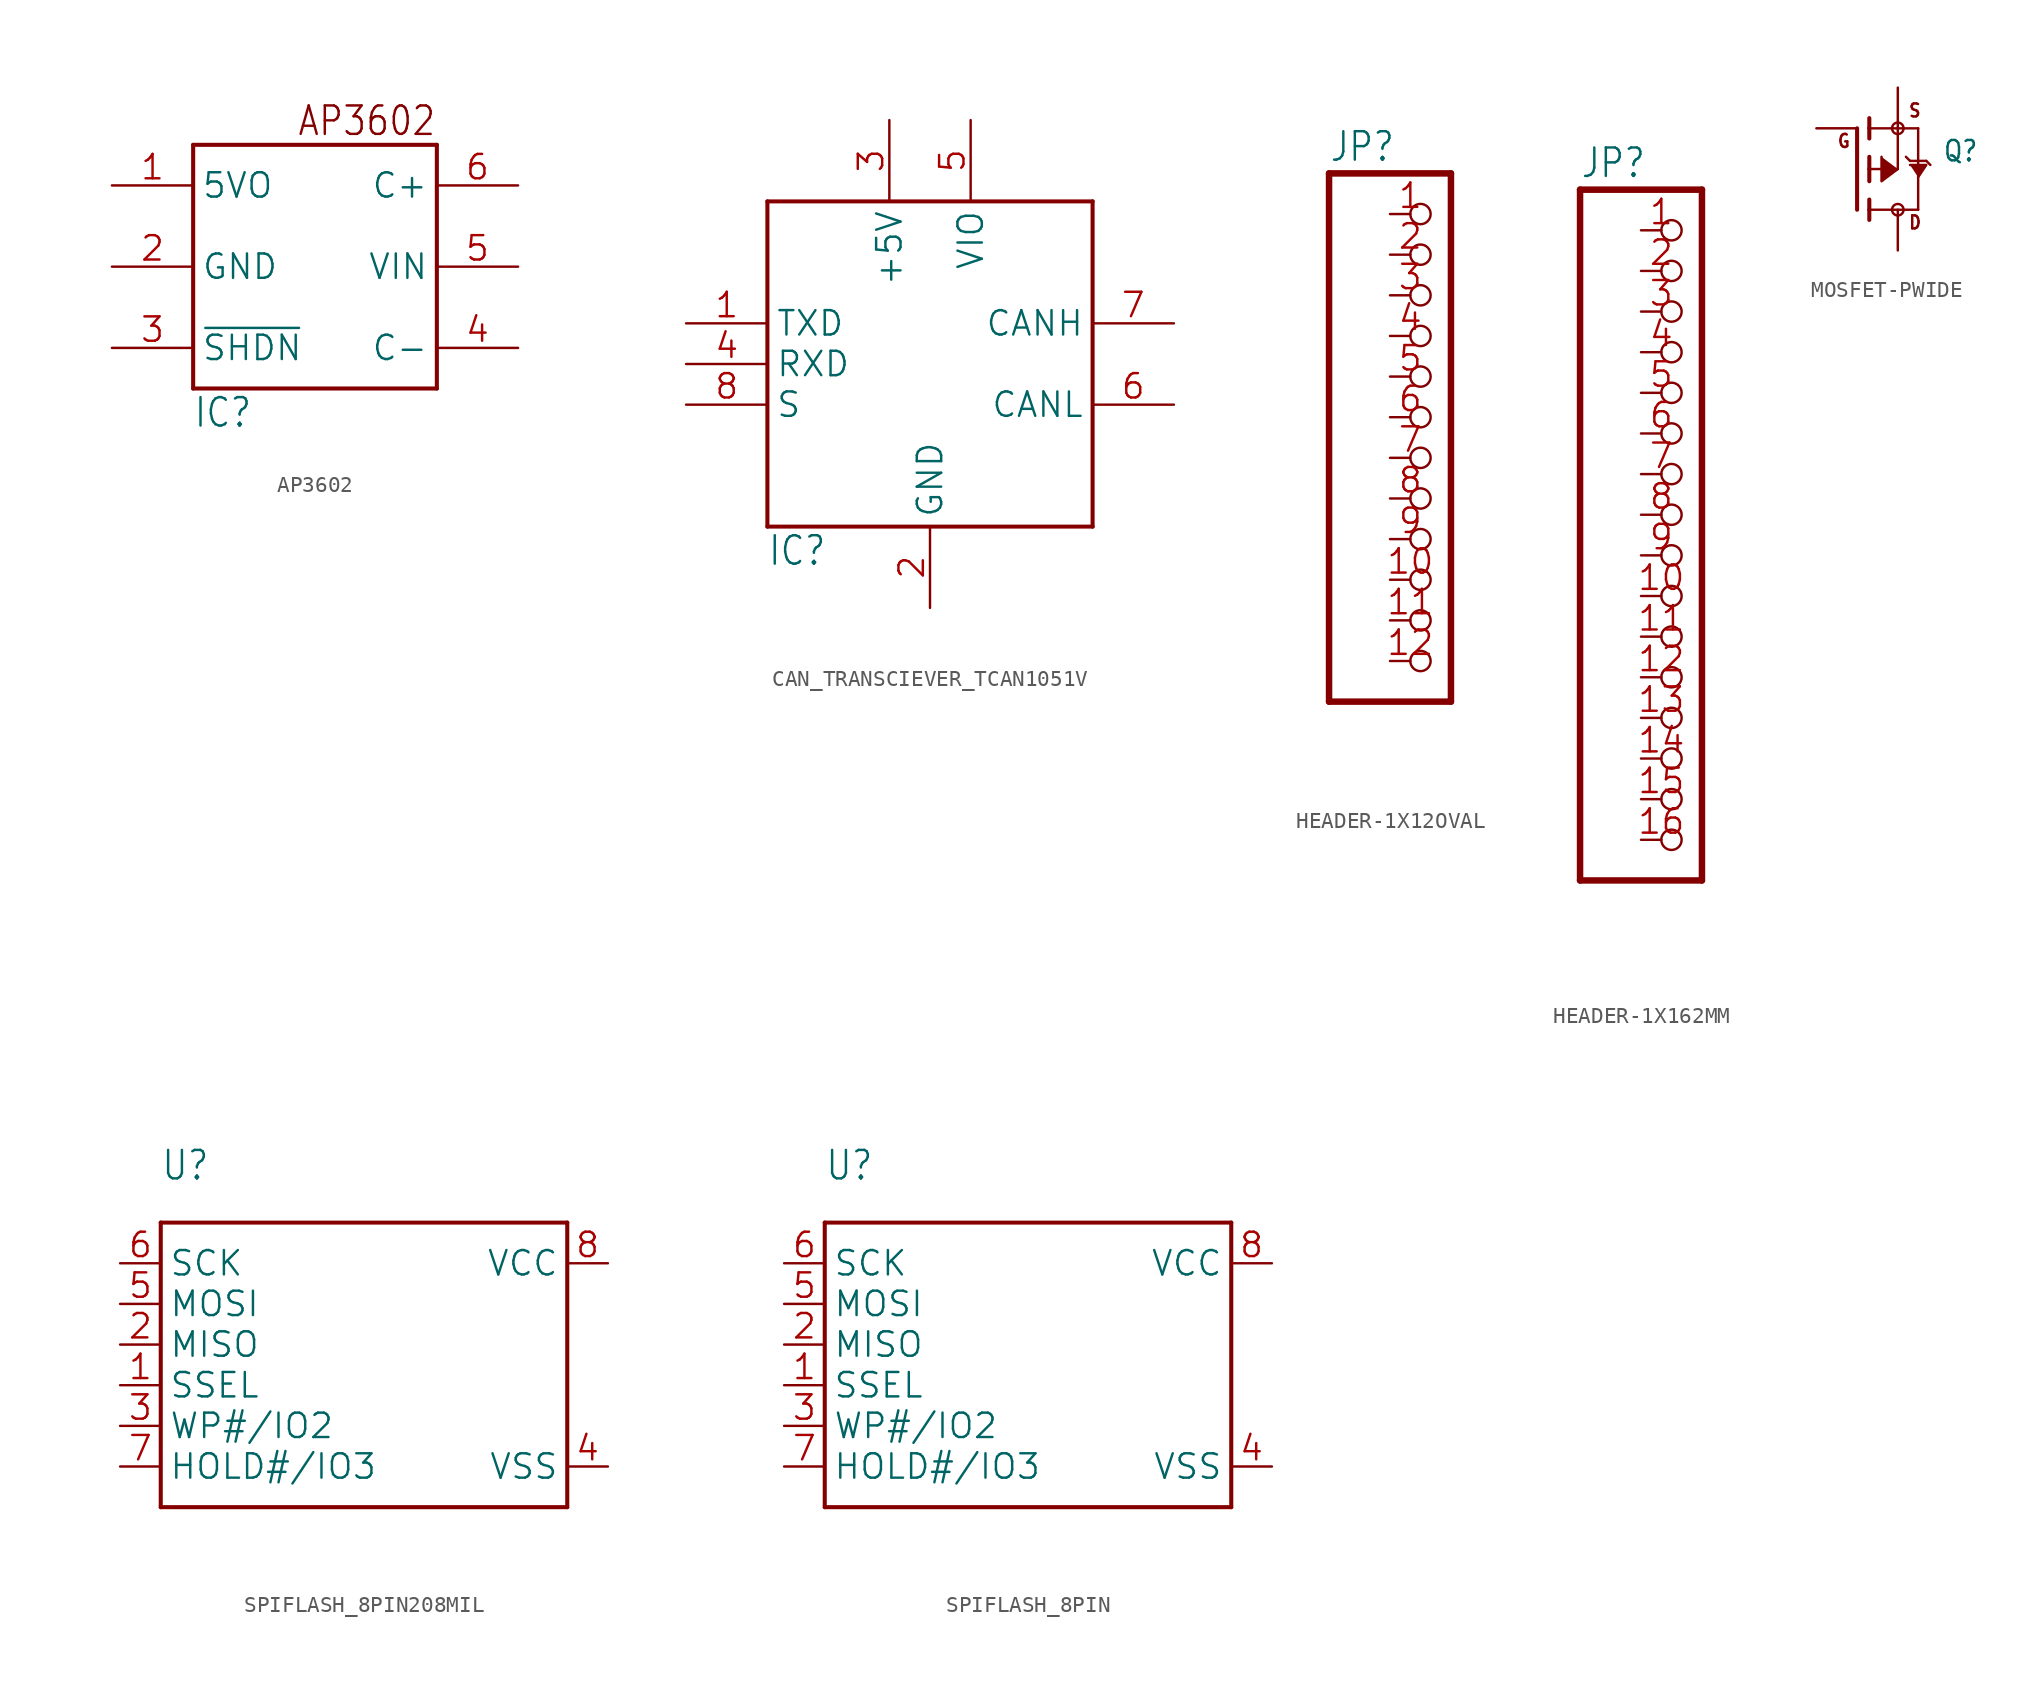
<source format=kicad_sym>
(kicad_symbol_lib
  (version 20241209)
  (generator "kicad_symbol_editor")
  (generator_version "9.0")
  (symbol "AP3602"
    (property "Reference" "IC"
      (at -7.62 -10.16 0)
      (effects (font (size 1.778 1.511)) (justify left bottom)))
    (property "ki_locked" ""
      (at 0 0 0)
      (effects (font (size 1.27 1.27))))
    (symbol "AP3602_1_0"
      (polyline (pts (xy -7.62 7.62) (xy 7.62 7.62)) (stroke (width 0.254) (type solid)) (fill (type none)))
      (polyline (pts (xy -7.62 -7.62) (xy -7.62 7.62)) (stroke (width 0.254) (type solid)) (fill (type none)))
      (polyline (pts (xy 7.62 7.62) (xy 7.62 -7.62)) (stroke (width 0.254) (type solid)) (fill (type none)))
      (polyline (pts (xy 7.62 -7.62) (xy -7.62 -7.62)) (stroke (width 0.254) (type solid)) (fill (type none)))
      (text "AP3602" (at 7.62 10.16 0) (effects (font (size 1.778 1.511)) (justify right top)))
      (pin power_in line (at -12.7 5.08 0) (length 5.08) (name "5VO" (effects (font (size 1.524 1.524)))) (number "1" (effects (font (size 1.524 1.524)))))
      (pin power_in line (at -12.7 0 0) (length 5.08) (name "GND" (effects (font (size 1.524 1.524)))) (number "2" (effects (font (size 1.524 1.524)))))
      (pin input line (at -12.7 -5.08 0) (length 5.08) (name "~{SHDN}" (effects (font (size 1.524 1.524)))) (number "3" (effects (font (size 1.524 1.524)))))
      (pin bidirectional line (at 12.7 5.08 180) (length 5.08) (name "C+" (effects (font (size 1.524 1.524)))) (number "6" (effects (font (size 1.524 1.524)))))
      (pin power_in line (at 12.7 0 180) (length 5.08) (name "VIN" (effects (font (size 1.524 1.524)))) (number "5" (effects (font (size 1.524 1.524)))))
      (pin bidirectional line (at 12.7 -5.08 180) (length 5.08) (name "C-" (effects (font (size 1.524 1.524)))) (number "4" (effects (font (size 1.524 1.524)))))))
  (symbol "CAN_TRANSCIEVER_TCAN1051V"
    (property "Reference" "IC"
      (at -10.16 -12.7 0)
      (effects (font (size 1.778 1.511)) (justify left bottom)))
    (property "Value" ""
      (at 2.54 -12.7 0)
      (effects (font (size 1.778 1.511)) (justify left bottom)))
    (property "ki_locked" ""
      (at 0 0 0)
      (effects (font (size 1.27 1.27))))
    (symbol "CAN_TRANSCIEVER_TCAN1051V_1_0"
      (polyline (pts (xy -10.16 10.16) (xy 10.16 10.16)) (stroke (width 0.254) (type solid)) (fill (type none)))
      (polyline (pts (xy -10.16 -10.16) (xy -10.16 10.16)) (stroke (width 0.254) (type solid)) (fill (type none)))
      (polyline (pts (xy 10.16 10.16) (xy 10.16 -10.16)) (stroke (width 0.254) (type solid)) (fill (type none)))
      (polyline (pts (xy 10.16 -10.16) (xy -10.16 -10.16)) (stroke (width 0.254) (type solid)) (fill (type none)))
      (pin input line (at -15.24 2.54 0) (length 5.08) (name "TXD" (effects (font (size 1.524 1.524)))) (number "1" (effects (font (size 1.524 1.524)))))
      (pin output line (at -15.24 0 0) (length 5.08) (name "RXD" (effects (font (size 1.524 1.524)))) (number "4" (effects (font (size 1.524 1.524)))))
      (pin input line (at -15.24 -2.54 0) (length 5.08) (name "S" (effects (font (size 1.524 1.524)))) (number "8" (effects (font (size 1.524 1.524)))))
      (pin power_in line (at -2.54 15.24 270) (length 5.08) (name "+5V" (effects (font (size 1.524 1.524)))) (number "3" (effects (font (size 1.524 1.524)))))
      (pin power_in line (at 0 -15.24 90) (length 5.08) (name "GND" (effects (font (size 1.524 1.524)))) (number "2" (effects (font (size 1.524 1.524)))))
      (pin power_in line (at 2.54 15.24 270) (length 5.08) (name "VIO" (effects (font (size 1.524 1.524)))) (number "5" (effects (font (size 1.524 1.524)))))
      (pin bidirectional line (at 15.24 2.54 180) (length 5.08) (name "CANH" (effects (font (size 1.524 1.524)))) (number "7" (effects (font (size 1.524 1.524)))))
      (pin bidirectional line (at 15.24 -2.54 180) (length 5.08) (name "CANL" (effects (font (size 1.524 1.524)))) (number "6" (effects (font (size 1.524 1.524)))))))
  (symbol "HEADER-1X12OVAL"
    (property "Reference" "JP"
      (at -6.35 18.415 0)
      (effects (font (size 1.778 1.511)) (justify left bottom)))
    (property "Value" ""
      (at -6.35 -17.78 0)
      (effects (font (size 1.778 1.511)) (justify left bottom)))
    (property "ki_locked" ""
      (at 0 0 0)
      (effects (font (size 1.27 1.27))))
    (symbol "HEADER-1X12OVAL_1_0"
      (polyline (pts (xy -6.35 17.78) (xy -6.35 -15.24)) (stroke (width 0.406) (type solid)) (fill (type none)))
      (polyline (pts (xy -6.35 -15.24) (xy 1.27 -15.24)) (stroke (width 0.406) (type solid)) (fill (type none)))
      (polyline (pts (xy 1.27 17.78) (xy -6.35 17.78)) (stroke (width 0.406) (type solid)) (fill (type none)))
      (polyline (pts (xy 1.27 -15.24) (xy 1.27 17.78)) (stroke (width 0.406) (type solid)) (fill (type none)))
      (pin passive inverted (at -2.54 15.24 0) (length 2.54) (name "1" (effects (font (size 0 0)))) (number "1" (effects (font (size 1.524 1.524)))))
      (pin passive inverted (at -2.54 12.7 0) (length 2.54) (name "2" (effects (font (size 0 0)))) (number "2" (effects (font (size 1.524 1.524)))))
      (pin passive inverted (at -2.54 10.16 0) (length 2.54) (name "3" (effects (font (size 0 0)))) (number "3" (effects (font (size 1.524 1.524)))))
      (pin passive inverted (at -2.54 7.62 0) (length 2.54) (name "4" (effects (font (size 0 0)))) (number "4" (effects (font (size 1.524 1.524)))))
      (pin passive inverted (at -2.54 5.08 0) (length 2.54) (name "5" (effects (font (size 0 0)))) (number "5" (effects (font (size 1.524 1.524)))))
      (pin passive inverted (at -2.54 2.54 0) (length 2.54) (name "6" (effects (font (size 0 0)))) (number "6" (effects (font (size 1.524 1.524)))))
      (pin passive inverted (at -2.54 0 0) (length 2.54) (name "7" (effects (font (size 0 0)))) (number "7" (effects (font (size 1.524 1.524)))))
      (pin passive inverted (at -2.54 -2.54 0) (length 2.54) (name "8" (effects (font (size 0 0)))) (number "8" (effects (font (size 1.524 1.524)))))
      (pin passive inverted (at -2.54 -5.08 0) (length 2.54) (name "9" (effects (font (size 0 0)))) (number "9" (effects (font (size 1.524 1.524)))))
      (pin passive inverted (at -2.54 -7.62 0) (length 2.54) (name "10" (effects (font (size 0 0)))) (number "10" (effects (font (size 1.524 1.524)))))
      (pin passive inverted (at -2.54 -10.16 0) (length 2.54) (name "11" (effects (font (size 0 0)))) (number "11" (effects (font (size 1.524 1.524)))))
      (pin passive inverted (at -2.54 -12.7 0) (length 2.54) (name "12" (effects (font (size 0 0)))) (number "12" (effects (font (size 1.524 1.524)))))))
  (symbol "HEADER-1X162MM"
    (property "Reference" "JP"
      (at -6.35 20.955 0)
      (effects (font (size 1.778 1.511)) (justify left bottom)))
    (property "Value" ""
      (at -6.35 -25.4 0)
      (effects (font (size 1.778 1.511)) (justify left bottom)))
    (property "ki_locked" ""
      (at 0 0 0)
      (effects (font (size 1.27 1.27))))
    (symbol "HEADER-1X162MM_1_0"
      (polyline (pts (xy -6.35 20.32) (xy -6.35 -22.86)) (stroke (width 0.406) (type solid)) (fill (type none)))
      (polyline (pts (xy -6.35 -22.86) (xy 1.27 -22.86)) (stroke (width 0.406) (type solid)) (fill (type none)))
      (polyline (pts (xy 1.27 20.32) (xy -6.35 20.32)) (stroke (width 0.406) (type solid)) (fill (type none)))
      (polyline (pts (xy 1.27 -22.86) (xy 1.27 20.32)) (stroke (width 0.406) (type solid)) (fill (type none)))
      (pin passive inverted (at -2.54 17.78 0) (length 2.54) (name "1" (effects (font (size 0 0)))) (number "1" (effects (font (size 1.524 1.524)))))
      (pin passive inverted (at -2.54 15.24 0) (length 2.54) (name "2" (effects (font (size 0 0)))) (number "2" (effects (font (size 1.524 1.524)))))
      (pin passive inverted (at -2.54 12.7 0) (length 2.54) (name "3" (effects (font (size 0 0)))) (number "3" (effects (font (size 1.524 1.524)))))
      (pin passive inverted (at -2.54 10.16 0) (length 2.54) (name "4" (effects (font (size 0 0)))) (number "4" (effects (font (size 1.524 1.524)))))
      (pin passive inverted (at -2.54 7.62 0) (length 2.54) (name "5" (effects (font (size 0 0)))) (number "5" (effects (font (size 1.524 1.524)))))
      (pin passive inverted (at -2.54 5.08 0) (length 2.54) (name "6" (effects (font (size 0 0)))) (number "6" (effects (font (size 1.524 1.524)))))
      (pin passive inverted (at -2.54 2.54 0) (length 2.54) (name "7" (effects (font (size 0 0)))) (number "7" (effects (font (size 1.524 1.524)))))
      (pin passive inverted (at -2.54 0 0) (length 2.54) (name "8" (effects (font (size 0 0)))) (number "8" (effects (font (size 1.524 1.524)))))
      (pin passive inverted (at -2.54 -2.54 0) (length 2.54) (name "9" (effects (font (size 0 0)))) (number "9" (effects (font (size 1.524 1.524)))))
      (pin passive inverted (at -2.54 -5.08 0) (length 2.54) (name "10" (effects (font (size 0 0)))) (number "10" (effects (font (size 1.524 1.524)))))
      (pin passive inverted (at -2.54 -7.62 0) (length 2.54) (name "11" (effects (font (size 0 0)))) (number "11" (effects (font (size 1.524 1.524)))))
      (pin passive inverted (at -2.54 -10.16 0) (length 2.54) (name "12" (effects (font (size 0 0)))) (number "12" (effects (font (size 1.524 1.524)))))
      (pin passive inverted (at -2.54 -12.7 0) (length 2.54) (name "13" (effects (font (size 0 0)))) (number "13" (effects (font (size 1.524 1.524)))))
      (pin passive inverted (at -2.54 -15.24 0) (length 2.54) (name "14" (effects (font (size 0 0)))) (number "14" (effects (font (size 1.524 1.524)))))
      (pin passive inverted (at -2.54 -17.78 0) (length 2.54) (name "15" (effects (font (size 0 0)))) (number "15" (effects (font (size 1.524 1.524)))))
      (pin passive inverted (at -2.54 -20.32 0) (length 2.54) (name "16" (effects (font (size 0 0)))) (number "16" (effects (font (size 1.524 1.524)))))))
  (symbol "MOSFET-PWIDE"
    (property "Reference" "Q"
      (at 2.794 0.381 0)
      (effects (font (size 1.27 1.079)) (justify left bottom)))
    (property "Value" ""
      (at 2.794 -1.905 0)
      (effects (font (size 1.27 1.079)) (justify left bottom)))
    (property "ki_locked" ""
      (at 0 0 0)
      (effects (font (size 1.27 1.27))))
    (symbol "MOSFET-PWIDE_1_0"
      (polyline (pts (xy -2.54 -2.54) (xy -2.54 2.54)) (stroke (width 0.254) (type solid)) (fill (type none)))
      (polyline (pts (xy -1.778 2.54) (xy -1.778 3.175)) (stroke (width 0.254) (type solid)) (fill (type none)))
      (polyline (pts (xy -1.778 1.905) (xy -1.778 2.54)) (stroke (width 0.254) (type solid)) (fill (type none)))
      (polyline (pts (xy -1.778 0) (xy -1.778 0.762)) (stroke (width 0.254) (type solid)) (fill (type none)))
      (polyline (pts (xy -1.778 0) (xy 0 0)) (stroke (width 0.152) (type solid)) (fill (type none)))
      (polyline (pts (xy -1.778 -0.762) (xy -1.778 0)) (stroke (width 0.254) (type solid)) (fill (type none)))
      (polyline (pts (xy -1.778 -2.54) (xy -1.778 -1.905)) (stroke (width 0.254) (type solid)) (fill (type none)))
      (polyline (pts (xy -1.778 -2.54) (xy 1.27 -2.54)) (stroke (width 0.152) (type solid)) (fill (type none)))
      (polyline (pts (xy -1.778 -3.175) (xy -1.778 -2.54)) (stroke (width 0.254) (type solid)) (fill (type none)))
      (circle (center 0 2.54) (radius 0.359) (stroke (width 0) (type solid)) (fill (type none)))
      (polyline (pts (xy 0 2.54) (xy -1.778 2.54)) (stroke (width 0.152) (type solid)) (fill (type none)))
      (polyline (pts (xy 0 2.54) (xy 1.27 2.54)) (stroke (width 0.152) (type solid)) (fill (type none)))
      (polyline (pts (xy 0 0) (xy 0 2.54)) (stroke (width 0.152) (type solid)) (fill (type none)))
      (polyline (pts (xy 0 0) (xy -1.016 -0.762) (xy -1.016 0.762)) (stroke (width 0.152) (type solid)) (fill (type outline)))
      (circle (center 0 -2.54) (radius 0.359) (stroke (width 0) (type solid)) (fill (type none)))
      (polyline (pts (xy 0.508 0.762) (xy 0.762 0.508)) (stroke (width 0.152) (type solid)) (fill (type none)))
      (polyline (pts (xy 0.762 0.508) (xy 1.27 0.508)) (stroke (width 0.152) (type solid)) (fill (type none)))
      (polyline (pts (xy 1.27 0.508) (xy 1.27 2.54)) (stroke (width 0.152) (type solid)) (fill (type none)))
      (polyline (pts (xy 1.27 0.508) (xy 1.778 0.508)) (stroke (width 0.152) (type solid)) (fill (type none)))
      (polyline (pts (xy 1.27 -0.508) (xy 1.778 0.254) (xy 0.762 0.254)) (stroke (width 0.152) (type solid)) (fill (type outline)))
      (polyline (pts (xy 1.27 -2.54) (xy 1.27 0.508)) (stroke (width 0.152) (type solid)) (fill (type none)))
      (polyline (pts (xy 1.778 0.508) (xy 2.032 0.254)) (stroke (width 0.152) (type solid)) (fill (type none)))
      (text "G" (at -3.81 1.27 0) (effects (font (size 0.813 0.691)) (justify left bottom)))
      (text "S" (at 0.635 3.175 0) (effects (font (size 0.813 0.691)) (justify left bottom)))
      (text "D" (at 0.635 -3.81 0) (effects (font (size 0.813 0.691)) (justify left bottom)))
      (pin passive line (at -5.08 2.54 0) (length 2.54) (name "G" (effects (font (size 0 0)))) (number "1" (effects (font (size 0 0)))))
      (pin passive line (at 0 5.08 270) (length 2.54) (name "S" (effects (font (size 0 0)))) (number "2" (effects (font (size 0 0)))))
      (pin passive line (at 0 -5.08 90) (length 2.54) (name "D" (effects (font (size 0 0)))) (number "3" (effects (font (size 0 0)))))))
  (symbol "SPIFLASH_8PIN208MIL"
    (property "Reference" "U"
      (at -12.7 12.7 0)
      (effects (font (size 1.778 1.511)) (justify left bottom)))
    (property "Value" ""
      (at -12.7 -10.16 0)
      (effects (font (size 1.778 1.511)) (justify left bottom)))
    (property "ki_locked" ""
      (at 0 0 0)
      (effects (font (size 1.27 1.27))))
    (symbol "SPIFLASH_8PIN208MIL_1_0"
      (polyline (pts (xy -12.7 10.16) (xy 12.7 10.16)) (stroke (width 0.254) (type solid)) (fill (type none)))
      (polyline (pts (xy -12.7 -7.62) (xy -12.7 10.16)) (stroke (width 0.254) (type solid)) (fill (type none)))
      (polyline (pts (xy 12.7 10.16) (xy 12.7 -7.62)) (stroke (width 0.254) (type solid)) (fill (type none)))
      (polyline (pts (xy 12.7 -7.62) (xy -12.7 -7.62)) (stroke (width 0.254) (type solid)) (fill (type none)))
      (pin bidirectional line (at -15.24 7.62 0) (length 2.54) (name "SCK" (effects (font (size 1.524 1.524)))) (number "6" (effects (font (size 1.524 1.524)))))
      (pin bidirectional line (at -15.24 5.08 0) (length 2.54) (name "MOSI" (effects (font (size 1.524 1.524)))) (number "5" (effects (font (size 1.524 1.524)))))
      (pin bidirectional line (at -15.24 2.54 0) (length 2.54) (name "MISO" (effects (font (size 1.524 1.524)))) (number "2" (effects (font (size 1.524 1.524)))))
      (pin bidirectional line (at -15.24 0 0) (length 2.54) (name "SSEL" (effects (font (size 1.524 1.524)))) (number "1" (effects (font (size 1.524 1.524)))))
      (pin bidirectional line (at -15.24 -2.54 0) (length 2.54) (name "WP#/IO2" (effects (font (size 1.524 1.524)))) (number "3" (effects (font (size 1.524 1.524)))))
      (pin bidirectional line (at -15.24 -5.08 0) (length 2.54) (name "HOLD#/IO3" (effects (font (size 1.524 1.524)))) (number "7" (effects (font (size 1.524 1.524)))))
      (pin bidirectional line (at 15.24 7.62 180) (length 2.54) (name "VCC" (effects (font (size 1.524 1.524)))) (number "8" (effects (font (size 1.524 1.524)))))
      (pin bidirectional line (at 15.24 -5.08 180) (length 2.54) (name "VSS" (effects (font (size 1.524 1.524)))) (number "4" (effects (font (size 1.524 1.524)))))))
  (symbol "SPIFLASH_8PIN"
    (property "Reference" "U"
      (at -12.7 12.7 0)
      (effects (font (size 1.778 1.511)) (justify left bottom)))
    (property "Value" ""
      (at -12.7 -10.16 0)
      (effects (font (size 1.778 1.511)) (justify left bottom)))
    (property "ki_locked" ""
      (at 0 0 0)
      (effects (font (size 1.27 1.27))))
    (symbol "SPIFLASH_8PIN_1_0"
      (polyline (pts (xy -12.7 10.16) (xy 12.7 10.16)) (stroke (width 0.254) (type solid)) (fill (type none)))
      (polyline (pts (xy -12.7 -7.62) (xy -12.7 10.16)) (stroke (width 0.254) (type solid)) (fill (type none)))
      (polyline (pts (xy 12.7 10.16) (xy 12.7 -7.62)) (stroke (width 0.254) (type solid)) (fill (type none)))
      (polyline (pts (xy 12.7 -7.62) (xy -12.7 -7.62)) (stroke (width 0.254) (type solid)) (fill (type none)))
      (pin bidirectional line (at -15.24 7.62 0) (length 2.54) (name "SCK" (effects (font (size 1.524 1.524)))) (number "6" (effects (font (size 1.524 1.524)))))
      (pin bidirectional line (at -15.24 5.08 0) (length 2.54) (name "MOSI" (effects (font (size 1.524 1.524)))) (number "5" (effects (font (size 1.524 1.524)))))
      (pin bidirectional line (at -15.24 2.54 0) (length 2.54) (name "MISO" (effects (font (size 1.524 1.524)))) (number "2" (effects (font (size 1.524 1.524)))))
      (pin bidirectional line (at -15.24 0 0) (length 2.54) (name "SSEL" (effects (font (size 1.524 1.524)))) (number "1" (effects (font (size 1.524 1.524)))))
      (pin bidirectional line (at -15.24 -2.54 0) (length 2.54) (name "WP#/IO2" (effects (font (size 1.524 1.524)))) (number "3" (effects (font (size 1.524 1.524)))))
      (pin bidirectional line (at -15.24 -5.08 0) (length 2.54) (name "HOLD#/IO3" (effects (font (size 1.524 1.524)))) (number "7" (effects (font (size 1.524 1.524)))))
      (pin bidirectional line (at 15.24 7.62 180) (length 2.54) (name "VCC" (effects (font (size 1.524 1.524)))) (number "8" (effects (font (size 1.524 1.524)))))
      (pin bidirectional line (at 15.24 -5.08 180) (length 2.54) (name "VSS" (effects (font (size 1.524 1.524)))) (number "4" (effects (font (size 1.524 1.524))))))))
</source>
